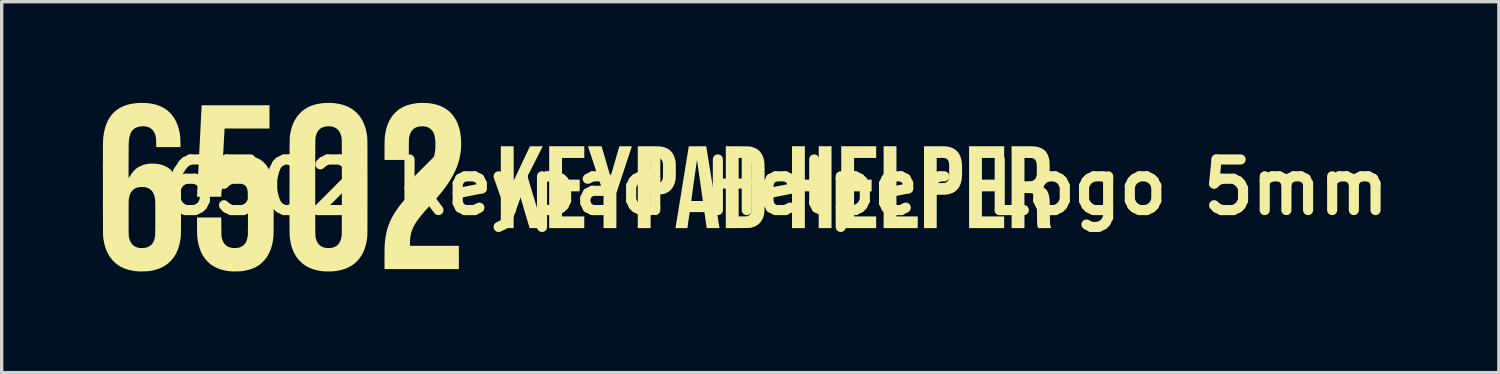
<source format=kicad_pcb>
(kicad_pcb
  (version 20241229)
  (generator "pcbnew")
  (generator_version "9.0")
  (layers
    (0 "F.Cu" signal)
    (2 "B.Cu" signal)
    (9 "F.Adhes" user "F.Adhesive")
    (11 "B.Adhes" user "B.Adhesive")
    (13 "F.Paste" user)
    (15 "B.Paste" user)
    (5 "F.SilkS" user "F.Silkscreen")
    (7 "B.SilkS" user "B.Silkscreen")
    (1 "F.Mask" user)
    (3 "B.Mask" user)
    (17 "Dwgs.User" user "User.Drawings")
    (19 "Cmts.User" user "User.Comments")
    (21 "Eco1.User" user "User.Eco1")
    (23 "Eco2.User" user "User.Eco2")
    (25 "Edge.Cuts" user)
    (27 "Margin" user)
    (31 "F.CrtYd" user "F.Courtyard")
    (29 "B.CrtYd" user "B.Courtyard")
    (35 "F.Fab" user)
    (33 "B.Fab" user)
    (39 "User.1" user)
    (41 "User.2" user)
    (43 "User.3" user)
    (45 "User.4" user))
  (footprint "6502 Keypad Helper Logo 5mm"
    (layer "F.Cu")
    (at 19.985 2.5)
    (property "Reference" "6502 Keypad Helper Logo 5mm" (at 0 0 0) (layer "F.SilkS") (effects (font (size 1.5 1.5) (thickness 0.3))))
    (attr board_only exclude_from_pos_files exclude_from_bom)
    (fp_poly (pts (xy 3.545 -0.173) (xy 3.545 0.867) (xy 3.86 0.867) (xy 4.176 0.867) (xy 4.176 1.041) (xy 4.176 1.214) (xy 3.67 1.214) (xy 3.164 1.214) (xy 3.164 0) (xy 3.164 -1.214) (xy 3.355 -1.214) (xy 3.545 -1.214)) (stroke (width 0) (type solid)) (fill yes) (layer "F.SilkS"))
    (fp_poly (pts (xy -5.711 -1.041) (xy -5.711 -0.867) (xy -6.041 -0.867) (xy -6.371 -0.867) (xy -6.371 -0.546) (xy -6.371 -0.224) (xy -6.109 -0.224) (xy -5.847 -0.224) (xy -5.847 -0.051) (xy -5.847 0.123) (xy -6.109 0.123) (xy -6.371 0.123) (xy -6.371 0.495) (xy -6.371 0.867) (xy -6.041 0.867) (xy -5.711 0.867) (xy -5.711 1.041) (xy -5.711 1.214) (xy -6.232 1.214) (xy -6.752 1.214) (xy -6.752 0) (xy -6.752 -1.214) (xy -6.232 -1.214) (xy -5.711 -1.214)) (stroke (width 0) (type solid)) (fill yes) (layer "F.SilkS"))
    (fp_poly (pts (xy 0.829 -0.719) (xy 0.829 -0.224) (xy 1.034 -0.224) (xy 1.24 -0.224) (xy 1.24 -0.719) (xy 1.24 -1.214) (xy 1.43 -1.214) (xy 1.62 -1.214) (xy 1.62 0) (xy 1.62 1.214) (xy 1.43 1.214) (xy 1.24 1.214) (xy 1.24 0.668) (xy 1.24 0.123) (xy 1.034 0.123) (xy 0.829 0.123) (xy 0.829 0.668) (xy 0.829 1.214) (xy 0.639 1.214) (xy 0.448 1.214) (xy 0.448 0) (xy 0.448 -1.214) (xy 0.639 -1.214) (xy 0.829 -1.214)) (stroke (width 0) (type solid)) (fill yes) (layer "F.SilkS"))
    (fp_poly (pts (xy 2.944 -1.041) (xy 2.944 -0.867) (xy 2.617 -0.867) (xy 2.289 -0.867) (xy 2.289 -0.546) (xy 2.289 -0.224) (xy 2.549 -0.224) (xy 2.809 -0.224) (xy 2.809 -0.051) (xy 2.809 0.123) (xy 2.549 0.123) (xy 2.289 0.123) (xy 2.289 0.495) (xy 2.289 0.867) (xy 2.617 0.867) (xy 2.944 0.867) (xy 2.944 1.041) (xy 2.944 1.214) (xy 2.426 1.214) (xy 1.908 1.214) (xy 1.908 0) (xy 1.908 -1.214) (xy 2.426 -1.214) (xy 2.944 -1.214)) (stroke (width 0) (type solid)) (fill yes) (layer "F.SilkS"))
    (fp_poly (pts (xy 6.739 -1.041) (xy 6.739 -0.867) (xy 6.409 -0.867) (xy 6.079 -0.867) (xy 6.079 -0.546) (xy 6.079 -0.224) (xy 6.342 -0.224) (xy 6.604 -0.224) (xy 6.604 -0.051) (xy 6.604 0.123) (xy 6.342 0.123) (xy 6.079 0.123) (xy 6.079 0.495) (xy 6.079 0.867) (xy 6.409 0.867) (xy 6.739 0.867) (xy 6.739 1.041) (xy 6.739 1.214) (xy 6.219 1.214) (xy 5.699 1.214) (xy 5.699 0) (xy 5.699 -1.214) (xy 6.219 -1.214) (xy 6.739 -1.214)) (stroke (width 0) (type solid)) (fill yes) (layer "F.SilkS"))
    (fp_poly (pts (xy -4.529 -0.519) (xy -4.759 0.176) (xy -4.759 0.695) (xy -4.759 1.214) (xy -4.95 1.214) (xy -5.14 1.214) (xy -5.14 0.699) (xy -5.14 0.184) (xy -5.371 -0.514) (xy -5.395 -0.588) (xy -5.419 -0.66) (xy -5.442 -0.729) (xy -5.464 -0.796) (xy -5.485 -0.859) (xy -5.504 -0.918) (xy -5.522 -0.973) (xy -5.539 -1.024) (xy -5.554 -1.069) (xy -5.567 -1.109) (xy -5.578 -1.143) (xy -5.587 -1.171) (xy -5.594 -1.192) (xy -5.599 -1.206) (xy -5.601 -1.212) (xy -5.601 -1.213) (xy -5.597 -1.213) (xy -5.585 -1.213) (xy -5.567 -1.213) (xy -5.542 -1.214) (xy -5.513 -1.214) (xy -5.478 -1.214) (xy -5.441 -1.214) (xy -5.4 -1.214) (xy -5.399 -1.214) (xy -5.197 -1.214) (xy -5.068 -0.772) (xy -5.051 -0.713) (xy -5.035 -0.656) (xy -5.019 -0.601) (xy -5.004 -0.551) (xy -4.99 -0.503) (xy -4.977 -0.461) (xy -4.966 -0.423) (xy -4.956 -0.39) (xy -4.948 -0.364) (xy -4.942 -0.344) (xy -4.938 -0.331) (xy -4.937 -0.325) (xy -4.937 -0.325) (xy -4.933 -0.321) (xy -4.931 -0.322) (xy -4.93 -0.326) (xy -4.926 -0.338) (xy -4.921 -0.357) (xy -4.913 -0.382) (xy -4.904 -0.414) (xy -4.893 -0.451) (xy -4.88 -0.492) (xy -4.867 -0.539) (xy -4.852 -0.589) (xy -4.836 -0.643) (xy -4.82 -0.699) (xy -4.803 -0.758) (xy -4.802 -0.761) (xy -4.785 -0.821) (xy -4.768 -0.877) (xy -4.752 -0.932) (xy -4.737 -0.982) (xy -4.724 -1.029) (xy -4.711 -1.072) (xy -4.7 -1.11) (xy -4.691 -1.142) (xy -4.683 -1.169) (xy -4.677 -1.189) (xy -4.674 -1.201) (xy -4.672 -1.207) (xy -4.672 -1.207) (xy -4.671 -1.209) (xy -4.669 -1.21) (xy -4.665 -1.211) (xy -4.657 -1.212) (xy -4.647 -1.213) (xy -4.632 -1.213) (xy -4.612 -1.214) (xy -4.586 -1.214) (xy -4.554 -1.214) (xy -4.515 -1.214) (xy -4.485 -1.214) (xy -4.299 -1.214)) (stroke (width 0) (type solid)) (fill yes) (layer "F.SilkS"))
    (fp_poly (pts (xy -7.804 -0.706) (xy -7.803 -0.197) (xy -7.562 -0.706) (xy -7.321 -1.214) (xy -7.132 -1.214) (xy -7.092 -1.214) (xy -7.056 -1.214) (xy -7.023 -1.214) (xy -6.995 -1.214) (xy -6.972 -1.213) (xy -6.955 -1.213) (xy -6.945 -1.213) (xy -6.942 -1.212) (xy -6.944 -1.208) (xy -6.95 -1.197) (xy -6.959 -1.18) (xy -6.97 -1.156) (xy -6.985 -1.127) (xy -7.003 -1.092) (xy -7.023 -1.053) (xy -7.045 -1.009) (xy -7.069 -0.962) (xy -7.095 -0.911) (xy -7.122 -0.857) (xy -7.151 -0.801) (xy -7.168 -0.767) (xy -7.395 -0.323) (xy -7.166 0.438) (xy -7.143 0.516) (xy -7.12 0.592) (xy -7.098 0.665) (xy -7.077 0.736) (xy -7.057 0.803) (xy -7.038 0.866) (xy -7.02 0.926) (xy -7.004 0.98) (xy -6.989 1.03) (xy -6.975 1.075) (xy -6.964 1.113) (xy -6.954 1.146) (xy -6.946 1.172) (xy -6.94 1.191) (xy -6.937 1.203) (xy -6.936 1.207) (xy -6.935 1.208) (xy -6.937 1.21) (xy -6.94 1.211) (xy -6.946 1.212) (xy -6.955 1.213) (xy -6.969 1.213) (xy -6.987 1.214) (xy -7.011 1.214) (xy -7.041 1.214) (xy -7.079 1.214) (xy -7.123 1.214) (xy -7.132 1.214) (xy -7.331 1.214) (xy -7.337 1.194) (xy -7.372 1.078) (xy -7.404 0.969) (xy -7.434 0.868) (xy -7.462 0.775) (xy -7.487 0.689) (xy -7.511 0.61) (xy -7.532 0.538) (xy -7.552 0.473) (xy -7.569 0.414) (xy -7.585 0.362) (xy -7.599 0.315) (xy -7.611 0.275) (xy -7.622 0.24) (xy -7.63 0.211) (xy -7.638 0.187) (xy -7.644 0.168) (xy -7.648 0.154) (xy -7.651 0.144) (xy -7.653 0.139) (xy -7.653 0.138) (xy -7.655 0.141) (xy -7.661 0.151) (xy -7.67 0.167) (xy -7.681 0.188) (xy -7.694 0.213) (xy -7.709 0.243) (xy -7.725 0.275) (xy -7.731 0.286) (xy -7.805 0.436) (xy -7.805 0.825) (xy -7.805 1.214) (xy -7.996 1.214) (xy -8.186 1.214) (xy -8.186 0) (xy -8.186 -1.214) (xy -7.996 -1.214) (xy -7.805 -1.214)) (stroke (width 0) (type solid)) (fill yes) (layer "F.SilkS"))
    (fp_poly (pts (xy 4.734 -1.214) (xy 4.791 -1.214) (xy 4.841 -1.214) (xy 4.884 -1.213) (xy 4.922 -1.213) (xy 4.954 -1.212) (xy 4.982 -1.211) (xy 5.006 -1.21) (xy 5.028 -1.208) (xy 5.047 -1.206) (xy 5.064 -1.203) (xy 5.08 -1.2) (xy 5.095 -1.197) (xy 5.111 -1.193) (xy 5.121 -1.191) (xy 5.183 -1.171) (xy 5.24 -1.144) (xy 5.291 -1.111) (xy 5.336 -1.072) (xy 5.376 -1.027) (xy 5.409 -0.976) (xy 5.437 -0.918) (xy 5.45 -0.884) (xy 5.462 -0.844) (xy 5.472 -0.797) (xy 5.48 -0.746) (xy 5.486 -0.692) (xy 5.487 -0.675) (xy 5.489 -0.634) (xy 5.49 -0.589) (xy 5.491 -0.541) (xy 5.491 -0.492) (xy 5.491 -0.443) (xy 5.49 -0.395) (xy 5.488 -0.349) (xy 5.486 -0.307) (xy 5.484 -0.27) (xy 5.481 -0.239) (xy 5.478 -0.22) (xy 5.463 -0.149) (xy 5.442 -0.084) (xy 5.415 -0.025) (xy 5.382 0.027) (xy 5.344 0.074) (xy 5.301 0.114) (xy 5.251 0.148) (xy 5.196 0.176) (xy 5.137 0.196) (xy 5.114 0.203) (xy 5.093 0.208) (xy 5.073 0.212) (xy 5.052 0.216) (xy 5.029 0.218) (xy 5.003 0.22) (xy 4.973 0.222) (xy 4.938 0.223) (xy 4.895 0.224) (xy 4.882 0.224) (xy 4.74 0.226) (xy 4.739 0.72) (xy 4.738 1.214) (xy 4.55 1.214) (xy 4.362 1.214) (xy 4.362 0) (xy 4.362 -0.495) (xy 4.738 -0.495) (xy 4.738 -0.123) (xy 4.849 -0.123) (xy 4.889 -0.123) (xy 4.921 -0.123) (xy 4.946 -0.124) (xy 4.965 -0.126) (xy 4.978 -0.128) (xy 4.981 -0.128) (xy 5.016 -0.141) (xy 5.044 -0.158) (xy 5.066 -0.18) (xy 5.084 -0.209) (xy 5.097 -0.244) (xy 5.101 -0.261) (xy 5.103 -0.269) (xy 5.104 -0.279) (xy 5.105 -0.29) (xy 5.106 -0.304) (xy 5.107 -0.321) (xy 5.108 -0.342) (xy 5.108 -0.368) (xy 5.108 -0.399) (xy 5.108 -0.438) (xy 5.108 -0.484) (xy 5.108 -0.495) (xy 5.108 -0.543) (xy 5.108 -0.584) (xy 5.108 -0.618) (xy 5.107 -0.645) (xy 5.107 -0.668) (xy 5.106 -0.686) (xy 5.105 -0.7) (xy 5.104 -0.712) (xy 5.102 -0.722) (xy 5.101 -0.728) (xy 5.09 -0.766) (xy 5.076 -0.797) (xy 5.056 -0.821) (xy 5.032 -0.84) (xy 5.026 -0.844) (xy 5.013 -0.85) (xy 5.001 -0.856) (xy 4.988 -0.86) (xy 4.973 -0.863) (xy 4.955 -0.865) (xy 4.934 -0.866) (xy 4.906 -0.867) (xy 4.873 -0.867) (xy 4.849 -0.867) (xy 4.738 -0.867) (xy 4.738 -0.495) (xy 4.362 -0.495) (xy 4.362 -1.214) (xy 4.67 -1.214)) (stroke (width 0) (type solid)) (fill yes) (layer "F.SilkS"))
    (fp_poly (pts (xy -3.75 -1.214) (xy -3.694 -1.214) (xy -3.645 -1.214) (xy -3.602 -1.213) (xy -3.565 -1.213) (xy -3.533 -1.212) (xy -3.506 -1.211) (xy -3.482 -1.21) (xy -3.461 -1.208) (xy -3.443 -1.206) (xy -3.426 -1.204) (xy -3.41 -1.201) (xy -3.395 -1.198) (xy -3.379 -1.194) (xy -3.367 -1.191) (xy -3.304 -1.172) (xy -3.248 -1.146) (xy -3.197 -1.114) (xy -3.152 -1.076) (xy -3.112 -1.032) (xy -3.079 -0.982) (xy -3.05 -0.925) (xy -3.028 -0.862) (xy -3.01 -0.793) (xy -3.005 -0.764) (xy -3.003 -0.752) (xy -3.002 -0.74) (xy -3.001 -0.727) (xy -3 -0.712) (xy -2.999 -0.694) (xy -2.998 -0.673) (xy -2.998 -0.646) (xy -2.998 -0.614) (xy -2.997 -0.577) (xy -2.997 -0.532) (xy -2.997 -0.495) (xy -2.997 -0.445) (xy -2.997 -0.402) (xy -2.998 -0.366) (xy -2.998 -0.336) (xy -2.998 -0.311) (xy -2.999 -0.29) (xy -3 -0.273) (xy -3.001 -0.259) (xy -3.002 -0.246) (xy -3.004 -0.234) (xy -3.005 -0.226) (xy -3.02 -0.154) (xy -3.041 -0.088) (xy -3.067 -0.029) (xy -3.099 0.024) (xy -3.137 0.071) (xy -3.18 0.112) (xy -3.228 0.146) (xy -3.262 0.164) (xy -3.295 0.179) (xy -3.328 0.191) (xy -3.361 0.201) (xy -3.397 0.209) (xy -3.436 0.215) (xy -3.479 0.22) (xy -3.528 0.223) (xy -3.583 0.224) (xy -3.624 0.224) (xy -3.744 0.224) (xy -3.744 0.719) (xy -3.744 1.214) (xy -3.934 1.214) (xy -4.125 1.214) (xy -4.125 0) (xy -4.125 -0.495) (xy -3.744 -0.495) (xy -3.744 -0.123) (xy -3.633 -0.123) (xy -3.593 -0.123) (xy -3.561 -0.123) (xy -3.536 -0.124) (xy -3.517 -0.126) (xy -3.504 -0.128) (xy -3.501 -0.128) (xy -3.468 -0.14) (xy -3.44 -0.157) (xy -3.418 -0.179) (xy -3.401 -0.207) (xy -3.387 -0.243) (xy -3.386 -0.247) (xy -3.384 -0.254) (xy -3.383 -0.262) (xy -3.381 -0.272) (xy -3.38 -0.285) (xy -3.38 -0.301) (xy -3.379 -0.321) (xy -3.378 -0.347) (xy -3.378 -0.378) (xy -3.377 -0.416) (xy -3.377 -0.461) (xy -3.377 -0.476) (xy -3.377 -0.528) (xy -3.376 -0.572) (xy -3.376 -0.609) (xy -3.377 -0.641) (xy -3.378 -0.667) (xy -3.379 -0.689) (xy -3.38 -0.707) (xy -3.382 -0.722) (xy -3.385 -0.736) (xy -3.388 -0.748) (xy -3.392 -0.76) (xy -3.393 -0.764) (xy -3.408 -0.796) (xy -3.43 -0.823) (xy -3.457 -0.844) (xy -3.488 -0.858) (xy -3.496 -0.86) (xy -3.506 -0.862) (xy -3.519 -0.863) (xy -3.536 -0.864) (xy -3.559 -0.865) (xy -3.588 -0.866) (xy -3.624 -0.866) (xy -3.627 -0.866) (xy -3.744 -0.868) (xy -3.744 -0.495) (xy -4.125 -0.495) (xy -4.125 -1.214) (xy -3.814 -1.214)) (stroke (width 0) (type solid)) (fill yes) (layer "F.SilkS"))
    (fp_poly (pts (xy -1.171 -1.213) (xy -1.107 -1.213) (xy -1.051 -1.212) (xy -1.002 -1.212) (xy -0.96 -1.212) (xy -0.923 -1.211) (xy -0.892 -1.211) (xy -0.865 -1.21) (xy -0.843 -1.209) (xy -0.823 -1.208) (xy -0.807 -1.206) (xy -0.792 -1.204) (xy -0.778 -1.202) (xy -0.765 -1.199) (xy -0.753 -1.196) (xy -0.739 -1.193) (xy -0.725 -1.188) (xy -0.717 -1.186) (xy -0.657 -1.165) (xy -0.603 -1.137) (xy -0.553 -1.103) (xy -0.509 -1.062) (xy -0.47 -1.016) (xy -0.438 -0.964) (xy -0.411 -0.906) (xy -0.392 -0.843) (xy -0.392 -0.843) (xy -0.388 -0.829) (xy -0.385 -0.816) (xy -0.382 -0.803) (xy -0.379 -0.79) (xy -0.377 -0.776) (xy -0.375 -0.762) (xy -0.373 -0.746) (xy -0.371 -0.728) (xy -0.37 -0.707) (xy -0.369 -0.684) (xy -0.368 -0.658) (xy -0.367 -0.628) (xy -0.366 -0.594) (xy -0.365 -0.556) (xy -0.365 -0.513) (xy -0.365 -0.465) (xy -0.364 -0.411) (xy -0.364 -0.35) (xy -0.364 -0.283) (xy -0.364 -0.21) (xy -0.364 -0.128) (xy -0.364 -0.039) (xy -0.364 0) (xy -0.364 0.092) (xy -0.364 0.177) (xy -0.364 0.254) (xy -0.364 0.323) (xy -0.364 0.386) (xy -0.365 0.443) (xy -0.365 0.494) (xy -0.365 0.539) (xy -0.366 0.579) (xy -0.367 0.615) (xy -0.367 0.646) (xy -0.368 0.674) (xy -0.369 0.698) (xy -0.371 0.719) (xy -0.372 0.738) (xy -0.374 0.755) (xy -0.376 0.771) (xy -0.378 0.785) (xy -0.381 0.798) (xy -0.384 0.811) (xy -0.387 0.824) (xy -0.39 0.837) (xy -0.392 0.843) (xy -0.411 0.906) (xy -0.438 0.964) (xy -0.47 1.016) (xy -0.509 1.062) (xy -0.553 1.103) (xy -0.603 1.137) (xy -0.657 1.165) (xy -0.717 1.186) (xy -0.717 1.186) (xy -0.732 1.191) (xy -0.746 1.194) (xy -0.759 1.198) (xy -0.772 1.201) (xy -0.785 1.203) (xy -0.799 1.205) (xy -0.815 1.207) (xy -0.833 1.208) (xy -0.854 1.209) (xy -0.879 1.21) (xy -0.908 1.211) (xy -0.941 1.211) (xy -0.981 1.212) (xy -1.026 1.212) (xy -1.079 1.213) (xy -1.139 1.213) (xy -1.171 1.213) (xy -1.515 1.215) (xy -1.515 0) (xy -1.134 0) (xy -1.134 0.867) (xy -1.018 0.867) (xy -0.983 0.867) (xy -0.954 0.867) (xy -0.932 0.866) (xy -0.915 0.866) (xy -0.901 0.864) (xy -0.89 0.863) (xy -0.88 0.861) (xy -0.874 0.859) (xy -0.841 0.846) (xy -0.812 0.828) (xy -0.789 0.804) (xy -0.771 0.774) (xy -0.758 0.737) (xy -0.749 0.693) (xy -0.749 0.689) (xy -0.748 0.679) (xy -0.748 0.661) (xy -0.747 0.635) (xy -0.747 0.601) (xy -0.746 0.558) (xy -0.746 0.508) (xy -0.745 0.45) (xy -0.745 0.385) (xy -0.745 0.312) (xy -0.745 0.232) (xy -0.745 0.144) (xy -0.745 0.05) (xy -0.745 0) (xy -0.745 -0.098) (xy -0.745 -0.189) (xy -0.745 -0.273) (xy -0.745 -0.35) (xy -0.745 -0.419) (xy -0.746 -0.481) (xy -0.746 -0.534) (xy -0.746 -0.581) (xy -0.747 -0.619) (xy -0.747 -0.649) (xy -0.748 -0.671) (xy -0.749 -0.685) (xy -0.749 -0.689) (xy -0.757 -0.733) (xy -0.77 -0.771) (xy -0.787 -0.802) (xy -0.81 -0.826) (xy -0.838 -0.845) (xy -0.871 -0.858) (xy -0.874 -0.859) (xy -0.884 -0.862) (xy -0.895 -0.864) (xy -0.907 -0.865) (xy -0.922 -0.866) (xy -0.942 -0.867) (xy -0.967 -0.867) (xy -0.998 -0.867) (xy -1.018 -0.867) (xy -1.134 -0.867) (xy -1.134 0) (xy -1.515 0) (xy -1.515 -1.215)) (stroke (width 0) (type solid)) (fill yes) (layer "F.SilkS"))
    (fp_poly (pts (xy -2.201 -1.213) (xy -2.166 -1.213) (xy -2.138 -1.213) (xy -2.117 -1.212) (xy -2.103 -1.211) (xy -2.096 -1.21) (xy -2.094 -1.21) (xy -2.093 -1.205) (xy -2.091 -1.193) (xy -2.088 -1.173) (xy -2.084 -1.146) (xy -2.078 -1.112) (xy -2.072 -1.072) (xy -2.065 -1.026) (xy -2.056 -0.974) (xy -2.047 -0.918) (xy -2.037 -0.856) (xy -2.026 -0.79) (xy -2.015 -0.721) (xy -2.003 -0.647) (xy -1.991 -0.571) (xy -1.978 -0.492) (xy -1.965 -0.41) (xy -1.951 -0.327) (xy -1.937 -0.242) (xy -1.923 -0.156) (xy -1.909 -0.07) (xy -1.895 0.017) (xy -1.881 0.104) (xy -1.867 0.19) (xy -1.853 0.276) (xy -1.839 0.36) (xy -1.826 0.442) (xy -1.813 0.523) (xy -1.8 0.6) (xy -1.788 0.675) (xy -1.776 0.747) (xy -1.765 0.815) (xy -1.755 0.878) (xy -1.745 0.937) (xy -1.737 0.992) (xy -1.729 1.041) (xy -1.721 1.084) (xy -1.715 1.121) (xy -1.71 1.151) (xy -1.707 1.175) (xy -1.704 1.191) (xy -1.702 1.199) (xy -1.702 1.2) (xy -1.7 1.214) (xy -1.891 1.214) (xy -1.93 1.214) (xy -1.966 1.214) (xy -1.999 1.214) (xy -2.028 1.214) (xy -2.051 1.214) (xy -2.068 1.213) (xy -2.079 1.213) (xy -2.081 1.213) (xy -2.082 1.208) (xy -2.084 1.196) (xy -2.086 1.178) (xy -2.09 1.154) (xy -2.094 1.125) (xy -2.098 1.093) (xy -2.103 1.058) (xy -2.109 1.021) (xy -2.114 0.983) (xy -2.119 0.945) (xy -2.125 0.908) (xy -2.13 0.873) (xy -2.134 0.84) (xy -2.139 0.812) (xy -2.142 0.788) (xy -2.145 0.77) (xy -2.146 0.758) (xy -2.147 0.754) (xy -2.149 0.74) (xy -2.367 0.74) (xy -2.584 0.74) (xy -2.586 0.75) (xy -2.587 0.756) (xy -2.589 0.769) (xy -2.592 0.789) (xy -2.596 0.816) (xy -2.601 0.847) (xy -2.606 0.883) (xy -2.612 0.922) (xy -2.618 0.964) (xy -2.621 0.987) (xy -2.654 1.214) (xy -2.831 1.214) (xy -3.008 1.214) (xy -3.005 1.203) (xy -3.005 1.197) (xy -3.002 1.184) (xy -2.999 1.164) (xy -2.994 1.135) (xy -2.989 1.1) (xy -2.982 1.058) (xy -2.974 1.01) (xy -2.965 0.956) (xy -2.955 0.896) (xy -2.945 0.831) (xy -2.933 0.761) (xy -2.921 0.686) (xy -2.908 0.606) (xy -2.894 0.523) (xy -2.88 0.436) (xy -2.875 0.403) (xy -2.538 0.403) (xy -2.538 0.405) (xy -2.536 0.406) (xy -2.532 0.408) (xy -2.525 0.408) (xy -2.515 0.409) (xy -2.5 0.41) (xy -2.48 0.41) (xy -2.453 0.41) (xy -2.421 0.41) (xy -2.38 0.41) (xy -2.367 0.41) (xy -2.33 0.41) (xy -2.295 0.41) (xy -2.265 0.41) (xy -2.239 0.41) (xy -2.218 0.409) (xy -2.203 0.409) (xy -2.196 0.408) (xy -2.196 0.408) (xy -2.196 0.403) (xy -2.198 0.39) (xy -2.201 0.37) (xy -2.204 0.344) (xy -2.209 0.311) (xy -2.214 0.273) (xy -2.22 0.23) (xy -2.227 0.183) (xy -2.234 0.132) (xy -2.242 0.077) (xy -2.25 0.021) (xy -2.258 -0.038) (xy -2.267 -0.098) (xy -2.276 -0.159) (xy -2.284 -0.221) (xy -2.293 -0.282) (xy -2.302 -0.342) (xy -2.31 -0.401) (xy -2.318 -0.458) (xy -2.326 -0.512) (xy -2.334 -0.563) (xy -2.34 -0.611) (xy -2.347 -0.654) (xy -2.352 -0.692) (xy -2.357 -0.725) (xy -2.361 -0.752) (xy -2.364 -0.772) (xy -2.366 -0.785) (xy -2.367 -0.79) (xy -2.367 -0.79) (xy -2.371 -0.79) (xy -2.371 -0.79) (xy -2.372 -0.786) (xy -2.374 -0.774) (xy -2.377 -0.754) (xy -2.381 -0.728) (xy -2.385 -0.696) (xy -2.391 -0.659) (xy -2.397 -0.616) (xy -2.404 -0.569) (xy -2.411 -0.518) (xy -2.418 -0.465) (xy -2.426 -0.408) (xy -2.435 -0.349) (xy -2.443 -0.289) (xy -2.451 -0.228) (xy -2.46 -0.167) (xy -2.469 -0.106) (xy -2.477 -0.046) (xy -2.485 0.013) (xy -2.493 0.07) (xy -2.501 0.124) (xy -2.508 0.175) (xy -2.514 0.223) (xy -2.52 0.266) (xy -2.525 0.304) (xy -2.53 0.337) (xy -2.533 0.364) (xy -2.536 0.384) (xy -2.538 0.398) (xy -2.538 0.403) (xy -2.875 0.403) (xy -2.866 0.346) (xy -2.85 0.253) (xy -2.835 0.157) (xy -2.819 0.058) (xy -2.808 -0.011) (xy -2.612 -1.212) (xy -2.353 -1.213) (xy -2.294 -1.213) (xy -2.244 -1.213)) (stroke (width 0) (type solid)) (fill yes) (layer "F.SilkS"))
    (fp_poly (pts (xy 7.273 -1.214) (xy 7.34 -1.214) (xy 7.398 -1.214) (xy 7.45 -1.214) (xy 7.495 -1.213) (xy 7.534 -1.213) (xy 7.568 -1.212) (xy 7.597 -1.211) (xy 7.623 -1.209) (xy 7.646 -1.207) (xy 7.666 -1.205) (xy 7.684 -1.202) (xy 7.702 -1.199) (xy 7.718 -1.196) (xy 7.735 -1.192) (xy 7.75 -1.188) (xy 7.807 -1.17) (xy 7.857 -1.147) (xy 7.902 -1.12) (xy 7.942 -1.087) (xy 7.961 -1.068) (xy 7.995 -1.026) (xy 8.023 -0.979) (xy 8.047 -0.925) (xy 8.065 -0.865) (xy 8.078 -0.8) (xy 8.081 -0.779) (xy 8.083 -0.752) (xy 8.085 -0.718) (xy 8.086 -0.681) (xy 8.087 -0.641) (xy 8.088 -0.6) (xy 8.088 -0.559) (xy 8.088 -0.52) (xy 8.087 -0.484) (xy 8.086 -0.452) (xy 8.085 -0.437) (xy 8.077 -0.365) (xy 8.063 -0.299) (xy 8.044 -0.24) (xy 8.019 -0.187) (xy 7.989 -0.141) (xy 7.954 -0.101) (xy 7.913 -0.068) (xy 7.87 -0.043) (xy 7.856 -0.036) (xy 7.845 -0.029) (xy 7.839 -0.025) (xy 7.839 -0.024) (xy 7.843 -0.02) (xy 7.849 -0.018) (xy 7.856 -0.015) (xy 7.87 -0.009) (xy 7.886 -0.002) (xy 7.896 0.004) (xy 7.932 0.025) (xy 7.966 0.053) (xy 7.995 0.085) (xy 8.019 0.12) (xy 8.024 0.129) (xy 8.042 0.168) (xy 8.057 0.21) (xy 8.069 0.256) (xy 8.078 0.309) (xy 8.083 0.338) (xy 8.084 0.35) (xy 8.085 0.362) (xy 8.086 0.377) (xy 8.087 0.395) (xy 8.088 0.417) (xy 8.089 0.442) (xy 8.09 0.472) (xy 8.09 0.507) (xy 8.091 0.548) (xy 8.092 0.595) (xy 8.092 0.65) (xy 8.093 0.712) (xy 8.093 0.738) (xy 8.094 0.801) (xy 8.094 0.856) (xy 8.095 0.903) (xy 8.095 0.944) (xy 8.096 0.979) (xy 8.096 1.008) (xy 8.097 1.033) (xy 8.097 1.053) (xy 8.098 1.069) (xy 8.099 1.083) (xy 8.1 1.094) (xy 8.101 1.103) (xy 8.102 1.111) (xy 8.104 1.119) (xy 8.105 1.123) (xy 8.11 1.144) (xy 8.115 1.164) (xy 8.121 1.181) (xy 8.122 1.185) (xy 8.127 1.198) (xy 8.13 1.207) (xy 8.131 1.211) (xy 8.127 1.212) (xy 8.115 1.212) (xy 8.097 1.213) (xy 8.072 1.213) (xy 8.043 1.214) (xy 8.009 1.214) (xy 7.972 1.214) (xy 7.939 1.214) (xy 7.747 1.214) (xy 7.738 1.188) (xy 7.734 1.175) (xy 7.731 1.164) (xy 7.728 1.153) (xy 7.725 1.142) (xy 7.723 1.131) (xy 7.721 1.117) (xy 7.719 1.102) (xy 7.718 1.084) (xy 7.717 1.063) (xy 7.716 1.038) (xy 7.715 1.009) (xy 7.714 0.975) (xy 7.714 0.935) (xy 7.713 0.888) (xy 7.713 0.835) (xy 7.712 0.774) (xy 7.712 0.738) (xy 7.711 0.674) (xy 7.711 0.615) (xy 7.71 0.561) (xy 7.709 0.512) (xy 7.708 0.469) (xy 7.708 0.433) (xy 7.707 0.403) (xy 7.706 0.381) (xy 7.705 0.366) (xy 7.704 0.36) (xy 7.693 0.315) (xy 7.679 0.278) (xy 7.662 0.247) (xy 7.64 0.223) (xy 7.615 0.205) (xy 7.609 0.201) (xy 7.594 0.194) (xy 7.58 0.188) (xy 7.565 0.184) (xy 7.549 0.181) (xy 7.53 0.178) (xy 7.506 0.177) (xy 7.477 0.175) (xy 7.44 0.175) (xy 7.44 0.175) (xy 7.34 0.173) (xy 7.34 0.693) (xy 7.34 1.214) (xy 7.15 1.214) (xy 6.959 1.214) (xy 6.959 0) (xy 6.959 -0.52) (xy 7.34 -0.52) (xy 7.34 -0.173) (xy 7.44 -0.175) (xy 7.478 -0.176) (xy 7.508 -0.177) (xy 7.532 -0.178) (xy 7.549 -0.18) (xy 7.561 -0.183) (xy 7.563 -0.183) (xy 7.601 -0.198) (xy 7.632 -0.218) (xy 7.658 -0.243) (xy 7.679 -0.275) (xy 7.694 -0.313) (xy 7.698 -0.329) (xy 7.7 -0.337) (xy 7.702 -0.347) (xy 7.703 -0.358) (xy 7.704 -0.373) (xy 7.705 -0.391) (xy 7.705 -0.415) (xy 7.706 -0.444) (xy 7.706 -0.479) (xy 7.706 -0.52) (xy 7.706 -0.569) (xy 7.705 -0.61) (xy 7.705 -0.644) (xy 7.704 -0.67) (xy 7.703 -0.691) (xy 7.701 -0.706) (xy 7.7 -0.712) (xy 7.69 -0.753) (xy 7.675 -0.787) (xy 7.655 -0.815) (xy 7.629 -0.837) (xy 7.604 -0.851) (xy 7.575 -0.865) (xy 7.457 -0.866) (xy 7.34 -0.868) (xy 7.34 -0.52) (xy 6.959 -0.52) (xy 6.959 -1.214)) (stroke (width 0) (type solid)) (fill yes) (layer "F.SilkS"))
    (fp_poly (pts (xy -10.456 -2.497) (xy -10.418 -2.497) (xy -10.384 -2.496) (xy -10.355 -2.494) (xy -10.335 -2.493) (xy -10.235 -2.479) (xy -10.141 -2.46) (xy -10.053 -2.435) (xy -9.971 -2.405) (xy -9.895 -2.369) (xy -9.823 -2.327) (xy -9.756 -2.279) (xy -9.745 -2.271) (xy -9.729 -2.257) (xy -9.71 -2.24) (xy -9.69 -2.22) (xy -9.67 -2.201) (xy -9.665 -2.195) (xy -9.607 -2.13) (xy -9.555 -2.058) (xy -9.51 -1.981) (xy -9.47 -1.897) (xy -9.437 -1.808) (xy -9.41 -1.713) (xy -9.388 -1.612) (xy -9.373 -1.505) (xy -9.367 -1.439) (xy -9.364 -1.403) (xy -9.363 -1.361) (xy -9.362 -1.315) (xy -9.362 -1.268) (xy -9.363 -1.221) (xy -9.365 -1.177) (xy -9.367 -1.138) (xy -9.369 -1.115) (xy -9.381 -1.012) (xy -9.399 -0.91) (xy -9.421 -0.811) (xy -9.45 -0.712) (xy -9.483 -0.614) (xy -9.523 -0.516) (xy -9.569 -0.418) (xy -9.621 -0.319) (xy -9.68 -0.219) (xy -9.746 -0.118) (xy -9.818 -0.014) (xy -9.898 0.092) (xy -9.985 0.201) (xy -10.018 0.241) (xy -10.051 0.28) (xy -10.083 0.318) (xy -10.115 0.355) (xy -10.149 0.393) (xy -10.185 0.433) (xy -10.225 0.477) (xy -10.269 0.525) (xy -10.293 0.55) (xy -10.364 0.628) (xy -10.429 0.7) (xy -10.488 0.768) (xy -10.541 0.832) (xy -10.589 0.892) (xy -10.633 0.948) (xy -10.672 1.002) (xy -10.706 1.054) (xy -10.736 1.104) (xy -10.763 1.153) (xy -10.787 1.2) (xy -10.807 1.247) (xy -10.824 1.295) (xy -10.839 1.342) (xy -10.849 1.377) (xy -10.859 1.423) (xy -10.867 1.468) (xy -10.873 1.515) (xy -10.876 1.565) (xy -10.878 1.622) (xy -10.878 1.637) (xy -10.879 1.737) (xy -10.154 1.738) (xy -9.43 1.739) (xy -9.43 2.084) (xy -9.43 2.428) (xy -10.532 2.428) (xy -11.634 2.428) (xy -11.634 2.105) (xy -11.634 2.052) (xy -11.634 1.999) (xy -11.633 1.948) (xy -11.633 1.901) (xy -11.633 1.856) (xy -11.632 1.816) (xy -11.632 1.781) (xy -11.631 1.752) (xy -11.63 1.73) (xy -11.63 1.717) (xy -11.619 1.594) (xy -11.603 1.478) (xy -11.583 1.367) (xy -11.557 1.26) (xy -11.525 1.157) (xy -11.487 1.057) (xy -11.443 0.958) (xy -11.391 0.86) (xy -11.333 0.762) (xy -11.267 0.663) (xy -11.213 0.588) (xy -11.18 0.544) (xy -11.146 0.501) (xy -11.111 0.457) (xy -11.074 0.413) (xy -11.034 0.367) (xy -10.991 0.318) (xy -10.944 0.265) (xy -10.891 0.208) (xy -10.879 0.195) (xy -10.795 0.103) (xy -10.717 0.015) (xy -10.646 -0.068) (xy -10.581 -0.147) (xy -10.521 -0.223) (xy -10.466 -0.295) (xy -10.417 -0.365) (xy -10.373 -0.433) (xy -10.333 -0.499) (xy -10.297 -0.564) (xy -10.265 -0.628) (xy -10.237 -0.691) (xy -10.212 -0.754) (xy -10.194 -0.806) (xy -10.169 -0.89) (xy -10.15 -0.972) (xy -10.136 -1.053) (xy -10.128 -1.136) (xy -10.124 -1.222) (xy -10.125 -1.295) (xy -10.128 -1.367) (xy -10.134 -1.431) (xy -10.143 -1.489) (xy -10.154 -1.54) (xy -10.169 -1.586) (xy -10.187 -1.626) (xy -10.209 -1.662) (xy -10.234 -1.693) (xy -10.238 -1.698) (xy -10.275 -1.732) (xy -10.315 -1.759) (xy -10.361 -1.78) (xy -10.411 -1.795) (xy -10.467 -1.803) (xy -10.492 -1.805) (xy -10.553 -1.805) (xy -10.61 -1.799) (xy -10.663 -1.786) (xy -10.711 -1.767) (xy -10.754 -1.742) (xy -10.773 -1.727) (xy -10.806 -1.695) (xy -10.835 -1.659) (xy -10.859 -1.616) (xy -10.88 -1.567) (xy -10.896 -1.512) (xy -10.903 -1.48) (xy -10.905 -1.471) (xy -10.906 -1.462) (xy -10.907 -1.453) (xy -10.908 -1.443) (xy -10.909 -1.43) (xy -10.91 -1.415) (xy -10.911 -1.397) (xy -10.911 -1.375) (xy -10.912 -1.348) (xy -10.912 -1.316) (xy -10.912 -1.278) (xy -10.913 -1.233) (xy -10.913 -1.182) (xy -10.913 -1.122) (xy -10.913 -1.122) (xy -10.915 -0.808) (xy -11.275 -0.808) (xy -11.634 -0.808) (xy -11.634 -1.095) (xy -11.634 -1.159) (xy -11.634 -1.215) (xy -11.633 -1.264) (xy -11.633 -1.307) (xy -11.632 -1.345) (xy -11.632 -1.378) (xy -11.63 -1.408) (xy -11.629 -1.435) (xy -11.627 -1.46) (xy -11.625 -1.483) (xy -11.623 -1.506) (xy -11.62 -1.53) (xy -11.617 -1.555) (xy -11.599 -1.657) (xy -11.576 -1.754) (xy -11.546 -1.845) (xy -11.51 -1.932) (xy -11.468 -2.012) (xy -11.42 -2.088) (xy -11.367 -2.157) (xy -11.307 -2.22) (xy -11.242 -2.277) (xy -11.177 -2.325) (xy -11.106 -2.367) (xy -11.029 -2.403) (xy -10.947 -2.434) (xy -10.858 -2.459) (xy -10.764 -2.478) (xy -10.663 -2.492) (xy -10.661 -2.493) (xy -10.638 -2.494) (xy -10.608 -2.496) (xy -10.573 -2.497) (xy -10.535 -2.497) (xy -10.496 -2.498)) (stroke (width 0) (type solid)) (fill yes) (layer "F.SilkS"))
    (fp_poly (pts (xy -15.044 -2.084) (xy -15.044 -1.739) (xy -15.71 -1.739) (xy -16.376 -1.739) (xy -16.378 -1.704) (xy -16.379 -1.695) (xy -16.38 -1.679) (xy -16.381 -1.655) (xy -16.383 -1.624) (xy -16.385 -1.587) (xy -16.387 -1.545) (xy -16.39 -1.497) (xy -16.393 -1.445) (xy -16.396 -1.389) (xy -16.399 -1.329) (xy -16.402 -1.267) (xy -16.406 -1.202) (xy -16.408 -1.155) (xy -16.412 -1.089) (xy -16.415 -1.025) (xy -16.418 -0.964) (xy -16.421 -0.905) (xy -16.424 -0.85) (xy -16.427 -0.8) (xy -16.43 -0.754) (xy -16.432 -0.713) (xy -16.434 -0.678) (xy -16.435 -0.649) (xy -16.437 -0.628) (xy -16.437 -0.613) (xy -16.438 -0.608) (xy -16.439 -0.592) (xy -16.439 -0.582) (xy -16.437 -0.577) (xy -16.434 -0.576) (xy -16.433 -0.575) (xy -16.426 -0.579) (xy -16.417 -0.59) (xy -16.404 -0.606) (xy -16.402 -0.61) (xy -16.355 -0.673) (xy -16.303 -0.73) (xy -16.245 -0.779) (xy -16.184 -0.822) (xy -16.117 -0.858) (xy -16.047 -0.886) (xy -15.972 -0.908) (xy -15.893 -0.922) (xy -15.81 -0.929) (xy -15.728 -0.929) (xy -15.641 -0.922) (xy -15.561 -0.909) (xy -15.485 -0.89) (xy -15.414 -0.865) (xy -15.348 -0.833) (xy -15.299 -0.803) (xy -15.241 -0.759) (xy -15.187 -0.708) (xy -15.138 -0.65) (xy -15.094 -0.586) (xy -15.055 -0.515) (xy -15.02 -0.438) (xy -14.991 -0.355) (xy -14.967 -0.266) (xy -14.947 -0.171) (xy -14.942 -0.136) (xy -14.939 -0.118) (xy -14.937 -0.101) (xy -14.935 -0.084) (xy -14.933 -0.067) (xy -14.931 -0.05) (xy -14.929 -0.033) (xy -14.928 -0.014) (xy -14.927 0.007) (xy -14.926 0.03) (xy -14.925 0.056) (xy -14.924 0.084) (xy -14.923 0.117) (xy -14.923 0.153) (xy -14.922 0.193) (xy -14.922 0.239) (xy -14.922 0.29) (xy -14.921 0.346) (xy -14.921 0.409) (xy -14.921 0.479) (xy -14.921 0.556) (xy -14.921 0.64) (xy -14.921 0.724) (xy -14.921 0.82) (xy -14.921 0.911) (xy -14.921 0.995) (xy -14.922 1.073) (xy -14.922 1.143) (xy -14.922 1.207) (xy -14.922 1.264) (xy -14.923 1.313) (xy -14.923 1.354) (xy -14.924 1.388) (xy -14.924 1.414) (xy -14.925 1.432) (xy -14.925 1.439) (xy -14.937 1.549) (xy -14.955 1.653) (xy -14.979 1.751) (xy -15.009 1.844) (xy -15.045 1.931) (xy -15.087 2.013) (xy -15.134 2.088) (xy -15.188 2.157) (xy -15.248 2.22) (xy -15.313 2.278) (xy -15.378 2.325) (xy -15.449 2.367) (xy -15.527 2.403) (xy -15.61 2.434) (xy -15.699 2.46) (xy -15.793 2.479) (xy -15.888 2.492) (xy -15.904 2.493) (xy -15.927 2.494) (xy -15.954 2.496) (xy -15.985 2.497) (xy -16.017 2.497) (xy -16.049 2.498) (xy -16.079 2.499) (xy -16.106 2.499) (xy -16.128 2.499) (xy -16.144 2.498) (xy -16.148 2.498) (xy -16.186 2.494) (xy -16.218 2.492) (xy -16.244 2.489) (xy -16.266 2.487) (xy -16.285 2.484) (xy -16.302 2.482) (xy -16.32 2.479) (xy -16.323 2.478) (xy -16.419 2.459) (xy -16.509 2.433) (xy -16.595 2.4) (xy -16.675 2.361) (xy -16.749 2.316) (xy -16.81 2.271) (xy -16.826 2.257) (xy -16.845 2.24) (xy -16.865 2.22) (xy -16.885 2.201) (xy -16.89 2.195) (xy -16.947 2.13) (xy -16.999 2.06) (xy -17.044 1.983) (xy -17.083 1.901) (xy -17.116 1.813) (xy -17.144 1.72) (xy -17.165 1.62) (xy -17.181 1.514) (xy -17.189 1.437) (xy -17.189 1.422) (xy -17.19 1.4) (xy -17.191 1.372) (xy -17.191 1.338) (xy -17.192 1.299) (xy -17.192 1.257) (xy -17.193 1.212) (xy -17.193 1.166) (xy -17.193 1.14) (xy -17.193 0.897) (xy -16.833 0.897) (xy -16.474 0.897) (xy -16.473 1.167) (xy -16.472 1.222) (xy -16.472 1.27) (xy -16.471 1.311) (xy -16.471 1.346) (xy -16.471 1.375) (xy -16.47 1.399) (xy -16.469 1.419) (xy -16.468 1.435) (xy -16.467 1.448) (xy -16.466 1.459) (xy -16.465 1.469) (xy -16.463 1.476) (xy -16.455 1.514) (xy -16.444 1.552) (xy -16.431 1.589) (xy -16.417 1.621) (xy -16.409 1.637) (xy -16.394 1.659) (xy -16.375 1.684) (xy -16.352 1.708) (xy -16.329 1.73) (xy -16.306 1.748) (xy -16.295 1.755) (xy -16.254 1.775) (xy -16.207 1.79) (xy -16.157 1.8) (xy -16.104 1.805) (xy -16.05 1.805) (xy -15.996 1.8) (xy -15.945 1.789) (xy -15.927 1.784) (xy -15.879 1.764) (xy -15.836 1.738) (xy -15.798 1.706) (xy -15.765 1.666) (xy -15.738 1.62) (xy -15.716 1.568) (xy -15.7 1.509) (xy -15.688 1.444) (xy -15.687 1.433) (xy -15.686 1.423) (xy -15.686 1.406) (xy -15.685 1.381) (xy -15.685 1.349) (xy -15.684 1.312) (xy -15.684 1.268) (xy -15.684 1.22) (xy -15.683 1.168) (xy -15.683 1.112) (xy -15.683 1.053) (xy -15.683 0.992) (xy -15.683 0.928) (xy -15.683 0.863) (xy -15.682 0.798) (xy -15.682 0.733) (xy -15.683 0.668) (xy -15.683 0.604) (xy -15.683 0.542) (xy -15.683 0.482) (xy -15.683 0.425) (xy -15.683 0.372) (xy -15.684 0.323) (xy -15.684 0.278) (xy -15.685 0.239) (xy -15.685 0.205) (xy -15.685 0.178) (xy -15.686 0.159) (xy -15.687 0.147) (xy -15.687 0.145) (xy -15.697 0.078) (xy -15.712 0.017) (xy -15.732 -0.037) (xy -15.758 -0.084) (xy -15.789 -0.125) (xy -15.825 -0.159) (xy -15.867 -0.187) (xy -15.914 -0.21) (xy -15.967 -0.225) (xy -15.974 -0.227) (xy -16.004 -0.232) (xy -16.038 -0.234) (xy -16.076 -0.235) (xy -16.115 -0.234) (xy -16.151 -0.231) (xy -16.182 -0.227) (xy -16.19 -0.225) (xy -16.243 -0.209) (xy -16.289 -0.187) (xy -16.331 -0.159) (xy -16.367 -0.124) (xy -16.398 -0.083) (xy -16.423 -0.035) (xy -16.443 0.019) (xy -16.458 0.079) (xy -16.468 0.147) (xy -16.472 0.21) (xy -16.475 0.283) (xy -16.834 0.283) (xy -17.193 0.283) (xy -17.193 0.268) (xy -17.193 0.262) (xy -17.192 0.249) (xy -17.191 0.227) (xy -17.19 0.198) (xy -17.188 0.162) (xy -17.186 0.119) (xy -17.183 0.07) (xy -17.18 0.015) (xy -17.177 -0.047) (xy -17.174 -0.114) (xy -17.17 -0.186) (xy -17.166 -0.263) (xy -17.162 -0.344) (xy -17.158 -0.43) (xy -17.153 -0.52) (xy -17.149 -0.613) (xy -17.144 -0.709) (xy -17.139 -0.809) (xy -17.133 -0.911) (xy -17.128 -1.015) (xy -17.125 -1.072) (xy -17.12 -1.178) (xy -17.114 -1.281) (xy -17.109 -1.382) (xy -17.104 -1.48) (xy -17.099 -1.575) (xy -17.095 -1.667) (xy -17.09 -1.755) (xy -17.086 -1.838) (xy -17.082 -1.918) (xy -17.078 -1.993) (xy -17.075 -2.062) (xy -17.072 -2.127) (xy -17.069 -2.186) (xy -17.066 -2.238) (xy -17.064 -2.285) (xy -17.062 -2.324) (xy -17.06 -2.357) (xy -17.059 -2.383) (xy -17.058 -2.4) (xy -17.057 -2.41) (xy -17.057 -2.412) (xy -17.057 -2.428) (xy -16.051 -2.428) (xy -15.044 -2.428)) (stroke (width 0) (type solid)) (fill yes) (layer "F.SilkS"))
    (fp_poly (pts (xy -13.198 -2.497) (xy -13.1 -2.489) (xy -13.006 -2.475) (xy -12.915 -2.455) (xy -12.849 -2.436) (xy -12.761 -2.404) (xy -12.679 -2.365) (xy -12.602 -2.32) (xy -12.531 -2.269) (xy -12.466 -2.211) (xy -12.406 -2.148) (xy -12.352 -2.078) (xy -12.303 -2.002) (xy -12.261 -1.92) (xy -12.225 -1.832) (xy -12.194 -1.738) (xy -12.188 -1.715) (xy -12.177 -1.667) (xy -12.166 -1.613) (xy -12.156 -1.555) (xy -12.148 -1.495) (xy -12.147 -1.489) (xy -12.146 -1.483) (xy -12.146 -1.476) (xy -12.145 -1.469) (xy -12.145 -1.461) (xy -12.144 -1.451) (xy -12.144 -1.441) (xy -12.143 -1.428) (xy -12.143 -1.413) (xy -12.142 -1.396) (xy -12.142 -1.377) (xy -12.142 -1.355) (xy -12.141 -1.329) (xy -12.141 -1.3) (xy -12.141 -1.268) (xy -12.141 -1.231) (xy -12.14 -1.19) (xy -12.14 -1.145) (xy -12.14 -1.095) (xy -12.14 -1.04) (xy -12.14 -0.979) (xy -12.14 -0.913) (xy -12.14 -0.841) (xy -12.14 -0.762) (xy -12.14 -0.677) (xy -12.14 -0.586) (xy -12.139 -0.487) (xy -12.139 -0.381) (xy -12.139 -0.268) (xy -12.139 -0.146) (xy -12.139 -0.017) (xy -12.139 0) (xy -12.139 0.131) (xy -12.139 0.253) (xy -12.139 0.367) (xy -12.139 0.474) (xy -12.14 0.574) (xy -12.14 0.666) (xy -12.14 0.752) (xy -12.14 0.831) (xy -12.14 0.904) (xy -12.14 0.971) (xy -12.14 1.032) (xy -12.14 1.088) (xy -12.14 1.139) (xy -12.14 1.185) (xy -12.141 1.226) (xy -12.141 1.263) (xy -12.141 1.296) (xy -12.141 1.326) (xy -12.142 1.352) (xy -12.142 1.374) (xy -12.142 1.394) (xy -12.143 1.411) (xy -12.143 1.426) (xy -12.144 1.439) (xy -12.144 1.45) (xy -12.145 1.46) (xy -12.145 1.468) (xy -12.146 1.475) (xy -12.146 1.482) (xy -12.147 1.488) (xy -12.147 1.489) (xy -12.162 1.592) (xy -12.182 1.688) (xy -12.207 1.779) (xy -12.236 1.863) (xy -12.272 1.942) (xy -12.312 2.017) (xy -12.359 2.088) (xy -12.393 2.132) (xy -12.45 2.196) (xy -12.513 2.254) (xy -12.581 2.306) (xy -12.655 2.352) (xy -12.735 2.392) (xy -12.82 2.426) (xy -12.91 2.453) (xy -13.005 2.474) (xy -13.104 2.489) (xy -13.209 2.498) (xy -13.317 2.5) (xy -13.392 2.497) (xy -13.417 2.496) (xy -13.448 2.493) (xy -13.481 2.489) (xy -13.516 2.485) (xy -13.548 2.481) (xy -13.576 2.476) (xy -13.588 2.474) (xy -13.685 2.453) (xy -13.775 2.425) (xy -13.86 2.391) (xy -13.939 2.35) (xy -14.013 2.303) (xy -14.082 2.25) (xy -14.145 2.19) (xy -14.203 2.124) (xy -14.253 2.055) (xy -14.299 1.978) (xy -14.339 1.897) (xy -14.373 1.81) (xy -14.401 1.719) (xy -14.422 1.621) (xy -14.439 1.518) (xy -14.447 1.43) (xy -14.448 1.421) (xy -14.448 1.405) (xy -14.449 1.384) (xy -14.449 1.357) (xy -14.449 1.323) (xy -14.45 1.283) (xy -14.45 1.237) (xy -14.45 1.184) (xy -14.45 1.124) (xy -14.45 1.057) (xy -14.451 0.983) (xy -14.451 0.902) (xy -14.451 0.813) (xy -14.451 0.717) (xy -14.451 0.613) (xy -14.451 0.502) (xy -14.451 0.383) (xy -14.451 0.255) (xy -14.451 0.12) (xy -14.45 -0.024) (xy -14.45 -0.04) (xy -14.45 -0.171) (xy -14.45 -0.293) (xy -14.45 -0.31) (xy -13.688 -0.31) (xy -13.688 -0.191) (xy -13.688 -0.063) (xy -13.688 0) (xy -13.688 0.131) (xy -13.688 0.254) (xy -13.688 0.37) (xy -13.688 0.477) (xy -13.688 0.578) (xy -13.688 0.671) (xy -13.688 0.757) (xy -13.688 0.837) (xy -13.688 0.91) (xy -13.687 0.978) (xy -13.687 1.04) (xy -13.687 1.096) (xy -13.687 1.148) (xy -13.687 1.194) (xy -13.686 1.236) (xy -13.686 1.274) (xy -13.686 1.307) (xy -13.685 1.337) (xy -13.685 1.363) (xy -13.684 1.387) (xy -13.683 1.407) (xy -13.683 1.424) (xy -13.682 1.439) (xy -13.681 1.452) (xy -13.68 1.464) (xy -13.679 1.473) (xy -13.678 1.482) (xy -13.677 1.489) (xy -13.676 1.496) (xy -13.674 1.502) (xy -13.673 1.508) (xy -13.671 1.514) (xy -13.67 1.521) (xy -13.669 1.524) (xy -13.651 1.58) (xy -13.628 1.631) (xy -13.599 1.675) (xy -13.565 1.713) (xy -13.525 1.745) (xy -13.481 1.77) (xy -13.432 1.789) (xy -13.428 1.79) (xy -13.387 1.798) (xy -13.342 1.803) (xy -13.294 1.805) (xy -13.246 1.803) (xy -13.201 1.798) (xy -13.18 1.794) (xy -13.145 1.784) (xy -13.109 1.769) (xy -13.075 1.751) (xy -13.045 1.731) (xy -13.038 1.726) (xy -13.003 1.691) (xy -12.972 1.649) (xy -12.947 1.601) (xy -12.927 1.546) (xy -12.912 1.485) (xy -12.903 1.418) (xy -12.903 1.41) (xy -12.902 1.394) (xy -12.902 1.37) (xy -12.902 1.339) (xy -12.901 1.301) (xy -12.901 1.257) (xy -12.901 1.206) (xy -12.901 1.15) (xy -12.9 1.088) (xy -12.9 1.022) (xy -12.9 0.951) (xy -12.9 0.875) (xy -12.9 0.796) (xy -12.9 0.714) (xy -12.899 0.628) (xy -12.899 0.54) (xy -12.899 0.45) (xy -12.899 0.357) (xy -12.899 0.264) (xy -12.899 0.169) (xy -12.899 0.073) (xy -12.899 -0.022) (xy -12.899 -0.118) (xy -12.899 -0.213) (xy -12.899 -0.308) (xy -12.899 -0.401) (xy -12.899 -0.492) (xy -12.899 -0.582) (xy -12.899 -0.669) (xy -12.9 -0.753) (xy -12.9 -0.834) (xy -12.9 -0.911) (xy -12.9 -0.985) (xy -12.9 -1.054) (xy -12.901 -1.118) (xy -12.901 -1.177) (xy -12.901 -1.231) (xy -12.901 -1.278) (xy -12.902 -1.32) (xy -12.902 -1.355) (xy -12.902 -1.382) (xy -12.902 -1.402) (xy -12.903 -1.414) (xy -12.903 -1.418) (xy -12.912 -1.482) (xy -12.926 -1.541) (xy -12.945 -1.595) (xy -12.968 -1.642) (xy -12.994 -1.68) (xy -13.026 -1.714) (xy -13.064 -1.744) (xy -13.107 -1.768) (xy -13.154 -1.787) (xy -13.182 -1.795) (xy -13.212 -1.8) (xy -13.247 -1.803) (xy -13.285 -1.804) (xy -13.323 -1.804) (xy -13.359 -1.802) (xy -13.39 -1.798) (xy -13.398 -1.797) (xy -13.452 -1.781) (xy -13.501 -1.759) (xy -13.544 -1.731) (xy -13.581 -1.697) (xy -13.613 -1.656) (xy -13.639 -1.608) (xy -13.66 -1.555) (xy -13.669 -1.524) (xy -13.67 -1.517) (xy -13.672 -1.511) (xy -13.674 -1.505) (xy -13.675 -1.499) (xy -13.676 -1.492) (xy -13.678 -1.485) (xy -13.679 -1.477) (xy -13.68 -1.468) (xy -13.681 -1.458) (xy -13.682 -1.446) (xy -13.682 -1.432) (xy -13.683 -1.415) (xy -13.684 -1.396) (xy -13.684 -1.375) (xy -13.685 -1.35) (xy -13.685 -1.322) (xy -13.686 -1.29) (xy -13.686 -1.255) (xy -13.687 -1.215) (xy -13.687 -1.17) (xy -13.687 -1.121) (xy -13.687 -1.067) (xy -13.687 -1.008) (xy -13.688 -0.943) (xy -13.688 -0.872) (xy -13.688 -0.796) (xy -13.688 -0.712) (xy -13.688 -0.623) (xy -13.688 -0.526) (xy -13.688 -0.422) (xy -13.688 -0.31) (xy -14.45 -0.31) (xy -14.45 -0.408) (xy -14.45 -0.515) (xy -14.45 -0.615) (xy -14.45 -0.707) (xy -14.45 -0.793) (xy -14.449 -0.873) (xy -14.449 -0.946) (xy -14.449 -1.013) (xy -14.449 -1.075) (xy -14.449 -1.132) (xy -14.448 -1.183) (xy -14.448 -1.23) (xy -14.448 -1.272) (xy -14.447 -1.31) (xy -14.447 -1.344) (xy -14.446 -1.375) (xy -14.446 -1.402) (xy -14.445 -1.427) (xy -14.444 -1.448) (xy -14.443 -1.467) (xy -14.442 -1.484) (xy -14.441 -1.499) (xy -14.44 -1.513) (xy -14.439 -1.525) (xy -14.438 -1.536) (xy -14.436 -1.547) (xy -14.434 -1.556) (xy -14.433 -1.566) (xy -14.431 -1.576) (xy -14.429 -1.586) (xy -14.427 -1.598) (xy -14.425 -1.61) (xy -14.423 -1.616) (xy -14.402 -1.714) (xy -14.374 -1.807) (xy -14.34 -1.895) (xy -14.299 -1.978) (xy -14.253 -2.055) (xy -14.201 -2.126) (xy -14.142 -2.192) (xy -14.079 -2.252) (xy -14.01 -2.305) (xy -13.935 -2.352) (xy -13.856 -2.393) (xy -13.771 -2.426) (xy -13.684 -2.453) (xy -13.591 -2.473) (xy -13.495 -2.488) (xy -13.396 -2.497) (xy -13.297 -2.5)) (stroke (width 0) (type solid)) (fill yes) (layer "F.SilkS"))
    (fp_poly (pts (xy -18.708 -2.496) (xy -18.621 -2.488) (xy -18.537 -2.476) (xy -18.47 -2.462) (xy -18.379 -2.437) (xy -18.294 -2.405) (xy -18.214 -2.368) (xy -18.14 -2.324) (xy -18.07 -2.274) (xy -18.006 -2.217) (xy -17.947 -2.154) (xy -17.931 -2.134) (xy -17.883 -2.068) (xy -17.839 -1.995) (xy -17.8 -1.916) (xy -17.767 -1.832) (xy -17.739 -1.744) (xy -17.717 -1.651) (xy -17.711 -1.625) (xy -17.704 -1.584) (xy -17.699 -1.547) (xy -17.694 -1.512) (xy -17.691 -1.476) (xy -17.688 -1.437) (xy -17.686 -1.395) (xy -17.685 -1.347) (xy -17.685 -1.321) (xy -17.683 -1.189) (xy -18.042 -1.189) (xy -18.402 -1.189) (xy -18.404 -1.31) (xy -18.405 -1.357) (xy -18.406 -1.396) (xy -18.408 -1.428) (xy -18.41 -1.453) (xy -18.413 -1.47) (xy -18.427 -1.533) (xy -18.445 -1.588) (xy -18.469 -1.637) (xy -18.497 -1.68) (xy -18.531 -1.716) (xy -18.57 -1.746) (xy -18.614 -1.771) (xy -18.621 -1.774) (xy -18.668 -1.79) (xy -18.72 -1.801) (xy -18.774 -1.806) (xy -18.83 -1.805) (xy -18.885 -1.799) (xy -18.938 -1.788) (xy -18.988 -1.771) (xy -19.012 -1.759) (xy -19.05 -1.737) (xy -19.083 -1.711) (xy -19.112 -1.68) (xy -19.137 -1.644) (xy -19.159 -1.603) (xy -19.177 -1.555) (xy -19.193 -1.501) (xy -19.205 -1.44) (xy -19.215 -1.371) (xy -19.216 -1.369) (xy -19.216 -1.358) (xy -19.217 -1.338) (xy -19.218 -1.311) (xy -19.219 -1.275) (xy -19.219 -1.231) (xy -19.22 -1.18) (xy -19.22 -1.12) (xy -19.221 -1.053) (xy -19.221 -0.979) (xy -19.222 -0.897) (xy -19.222 -0.807) (xy -19.222 -0.805) (xy -19.222 -0.727) (xy -19.223 -0.658) (xy -19.223 -0.596) (xy -19.223 -0.541) (xy -19.223 -0.493) (xy -19.223 -0.451) (xy -19.223 -0.415) (xy -19.223 -0.385) (xy -19.223 -0.359) (xy -19.223 -0.338) (xy -19.222 -0.321) (xy -19.222 -0.308) (xy -19.221 -0.297) (xy -19.221 -0.29) (xy -19.22 -0.285) (xy -19.219 -0.282) (xy -19.218 -0.28) (xy -19.217 -0.279) (xy -19.216 -0.279) (xy -19.216 -0.279) (xy -19.211 -0.281) (xy -19.204 -0.289) (xy -19.196 -0.302) (xy -19.184 -0.322) (xy -19.182 -0.326) (xy -19.14 -0.395) (xy -19.093 -0.456) (xy -19.043 -0.51) (xy -18.988 -0.557) (xy -18.928 -0.598) (xy -18.862 -0.631) (xy -18.792 -0.658) (xy -18.717 -0.679) (xy -18.635 -0.693) (xy -18.631 -0.694) (xy -18.604 -0.697) (xy -18.57 -0.698) (xy -18.532 -0.699) (xy -18.493 -0.699) (xy -18.454 -0.698) (xy -18.418 -0.696) (xy -18.387 -0.693) (xy -18.375 -0.692) (xy -18.293 -0.677) (xy -18.216 -0.655) (xy -18.145 -0.627) (xy -18.078 -0.592) (xy -18.016 -0.551) (xy -17.96 -0.502) (xy -17.908 -0.447) (xy -17.861 -0.385) (xy -17.819 -0.315) (xy -17.781 -0.239) (xy -17.764 -0.199) (xy -17.741 -0.134) (xy -17.721 -0.062) (xy -17.704 0.016) (xy -17.689 0.1) (xy -17.678 0.19) (xy -17.674 0.231) (xy -17.673 0.245) (xy -17.673 0.267) (xy -17.672 0.297) (xy -17.671 0.332) (xy -17.671 0.374) (xy -17.67 0.42) (xy -17.67 0.472) (xy -17.669 0.527) (xy -17.669 0.585) (xy -17.669 0.646) (xy -17.668 0.709) (xy -17.668 0.773) (xy -17.668 0.837) (xy -17.668 0.902) (xy -17.668 0.966) (xy -17.669 1.029) (xy -17.669 1.09) (xy -17.669 1.148) (xy -17.669 1.204) (xy -17.67 1.255) (xy -17.67 1.302) (xy -17.671 1.344) (xy -17.672 1.38) (xy -17.672 1.409) (xy -17.673 1.432) (xy -17.674 1.447) (xy -17.674 1.449) (xy -17.687 1.552) (xy -17.704 1.649) (xy -17.726 1.739) (xy -17.752 1.823) (xy -17.784 1.902) (xy -17.82 1.976) (xy -17.861 2.045) (xy -17.913 2.118) (xy -17.971 2.185) (xy -18.034 2.245) (xy -18.101 2.299) (xy -18.174 2.346) (xy -18.253 2.387) (xy -18.337 2.421) (xy -18.426 2.45) (xy -18.521 2.472) (xy -18.622 2.488) (xy -18.64 2.49) (xy -18.659 2.492) (xy -18.685 2.493) (xy -18.715 2.495) (xy -18.748 2.496) (xy -18.782 2.497) (xy -18.816 2.498) (xy -18.848 2.499) (xy -18.877 2.499) (xy -18.9 2.499) (xy -18.917 2.498) (xy -18.919 2.498) (xy -18.957 2.494) (xy -18.989 2.492) (xy -19.014 2.489) (xy -19.036 2.487) (xy -19.054 2.484) (xy -19.072 2.482) (xy -19.089 2.479) (xy -19.094 2.478) (xy -19.19 2.459) (xy -19.279 2.434) (xy -19.362 2.403) (xy -19.44 2.367) (xy -19.513 2.324) (xy -19.582 2.275) (xy -19.646 2.219) (xy -19.674 2.191) (xy -19.729 2.129) (xy -19.779 2.063) (xy -19.822 1.993) (xy -19.861 1.919) (xy -19.894 1.839) (xy -19.922 1.754) (xy -19.945 1.662) (xy -19.964 1.564) (xy -19.975 1.481) (xy -19.976 1.474) (xy -19.977 1.468) (xy -19.977 1.46) (xy -19.978 1.451) (xy -19.978 1.44) (xy -19.979 1.428) (xy -19.979 1.413) (xy -19.98 1.396) (xy -19.98 1.377) (xy -19.98 1.354) (xy -19.981 1.329) (xy -19.981 1.299) (xy -19.981 1.266) (xy -19.982 1.229) (xy -19.982 1.188) (xy -19.982 1.142) (xy -19.982 1.091) (xy -19.982 1.034) (xy -19.983 0.973) (xy -19.983 0.905) (xy -19.983 0.901) (xy -19.221 0.901) (xy -19.221 0.981) (xy -19.221 1.052) (xy -19.221 1.116) (xy -19.221 1.174) (xy -19.221 1.224) (xy -19.221 1.269) (xy -19.22 1.308) (xy -19.22 1.342) (xy -19.219 1.372) (xy -19.218 1.398) (xy -19.217 1.42) (xy -19.216 1.439) (xy -19.214 1.455) (xy -19.213 1.47) (xy -19.211 1.483) (xy -19.208 1.495) (xy -19.206 1.506) (xy -19.203 1.518) (xy -19.2 1.529) (xy -19.196 1.542) (xy -19.196 1.542) (xy -19.176 1.597) (xy -19.151 1.646) (xy -19.121 1.688) (xy -19.085 1.724) (xy -19.044 1.754) (xy -18.997 1.777) (xy -18.946 1.792) (xy -18.919 1.798) (xy -18.903 1.801) (xy -18.889 1.803) (xy -18.881 1.804) (xy -18.881 1.804) (xy -18.871 1.805) (xy -18.855 1.806) (xy -18.835 1.805) (xy -18.811 1.804) (xy -18.787 1.803) (xy -18.763 1.801) (xy -18.743 1.8) (xy -18.727 1.797) (xy -18.722 1.797) (xy -18.668 1.781) (xy -18.62 1.76) (xy -18.577 1.733) (xy -18.54 1.699) (xy -18.509 1.659) (xy -18.483 1.613) (xy -18.462 1.561) (xy -18.446 1.501) (xy -18.436 1.442) (xy -18.435 1.431) (xy -18.434 1.411) (xy -18.433 1.385) (xy -18.433 1.351) (xy -18.432 1.313) (xy -18.431 1.269) (xy -18.431 1.221) (xy -18.431 1.169) (xy -18.43 1.114) (xy -18.43 1.056) (xy -18.43 0.997) (xy -18.43 0.937) (xy -18.43 0.876) (xy -18.43 0.816) (xy -18.43 0.756) (xy -18.43 0.699) (xy -18.43 0.643) (xy -18.431 0.591) (xy -18.431 0.542) (xy -18.432 0.497) (xy -18.432 0.458) (xy -18.433 0.424) (xy -18.434 0.396) (xy -18.435 0.376) (xy -18.436 0.363) (xy -18.436 0.362) (xy -18.447 0.297) (xy -18.463 0.239) (xy -18.483 0.188) (xy -18.508 0.143) (xy -18.539 0.104) (xy -18.555 0.087) (xy -18.591 0.057) (xy -18.629 0.034) (xy -18.671 0.016) (xy -18.717 0.004) (xy -18.768 -0.003) (xy -18.826 -0.006) (xy -18.882 -0.003) (xy -18.932 0.003) (xy -18.976 0.015) (xy -19.017 0.031) (xy -19.052 0.051) (xy -19.09 0.08) (xy -19.123 0.115) (xy -19.152 0.155) (xy -19.175 0.201) (xy -19.194 0.254) (xy -19.208 0.313) (xy -19.214 0.344) (xy -19.215 0.351) (xy -19.216 0.36) (xy -19.217 0.369) (xy -19.218 0.379) (xy -19.218 0.392) (xy -19.219 0.407) (xy -19.219 0.425) (xy -19.22 0.446) (xy -19.22 0.472) (xy -19.221 0.502) (xy -19.221 0.536) (xy -19.221 0.576) (xy -19.221 0.622) (xy -19.221 0.674) (xy -19.221 0.733) (xy -19.221 0.8) (xy -19.221 0.874) (xy -19.221 0.901) (xy -19.983 0.901) (xy -19.983 0.831) (xy -19.983 0.751) (xy -19.983 0.665) (xy -19.983 0.571) (xy -19.984 0.471) (xy -19.984 0.362) (xy -19.984 0.246) (xy -19.984 0.122) (xy -19.984 0.072) (xy -19.984 -0.059) (xy -19.984 -0.183) (xy -19.984 -0.298) (xy -19.984 -0.406) (xy -19.984 -0.506) (xy -19.985 -0.599) (xy -19.985 -0.686) (xy -19.984 -0.766) (xy -19.984 -0.84) (xy -19.984 -0.909) (xy -19.984 -0.971) (xy -19.984 -1.029) (xy -19.984 -1.081) (xy -19.983 -1.129) (xy -19.983 -1.173) (xy -19.983 -1.212) (xy -19.982 -1.248) (xy -19.982 -1.28) (xy -19.981 -1.308) (xy -19.981 -1.334) (xy -19.98 -1.357) (xy -19.979 -1.378) (xy -19.978 -1.397) (xy -19.977 -1.414) (xy -19.976 -1.43) (xy -19.975 -1.444) (xy -19.974 -1.457) (xy -19.973 -1.47) (xy -19.972 -1.483) (xy -19.97 -1.495) (xy -19.97 -1.498) (xy -19.954 -1.606) (xy -19.933 -1.708) (xy -19.906 -1.803) (xy -19.874 -1.893) (xy -19.836 -1.976) (xy -19.792 -2.053) (xy -19.743 -2.123) (xy -19.689 -2.188) (xy -19.629 -2.245) (xy -19.617 -2.256) (xy -19.548 -2.308) (xy -19.474 -2.354) (xy -19.395 -2.393) (xy -19.31 -2.427) (xy -19.22 -2.454) (xy -19.154 -2.468) (xy -19.069 -2.483) (xy -18.981 -2.493) (xy -18.89 -2.498) (xy -18.799 -2.499)) (stroke (width 0) (type solid)) (fill yes) (layer "F.SilkS")))
  (gr_rect
    (start -3 -3)
    (end 41.392 7.999)
    (stroke (width 0.1) (type default))
    (fill no)
    (layer "Edge.Cuts")))
</source>
